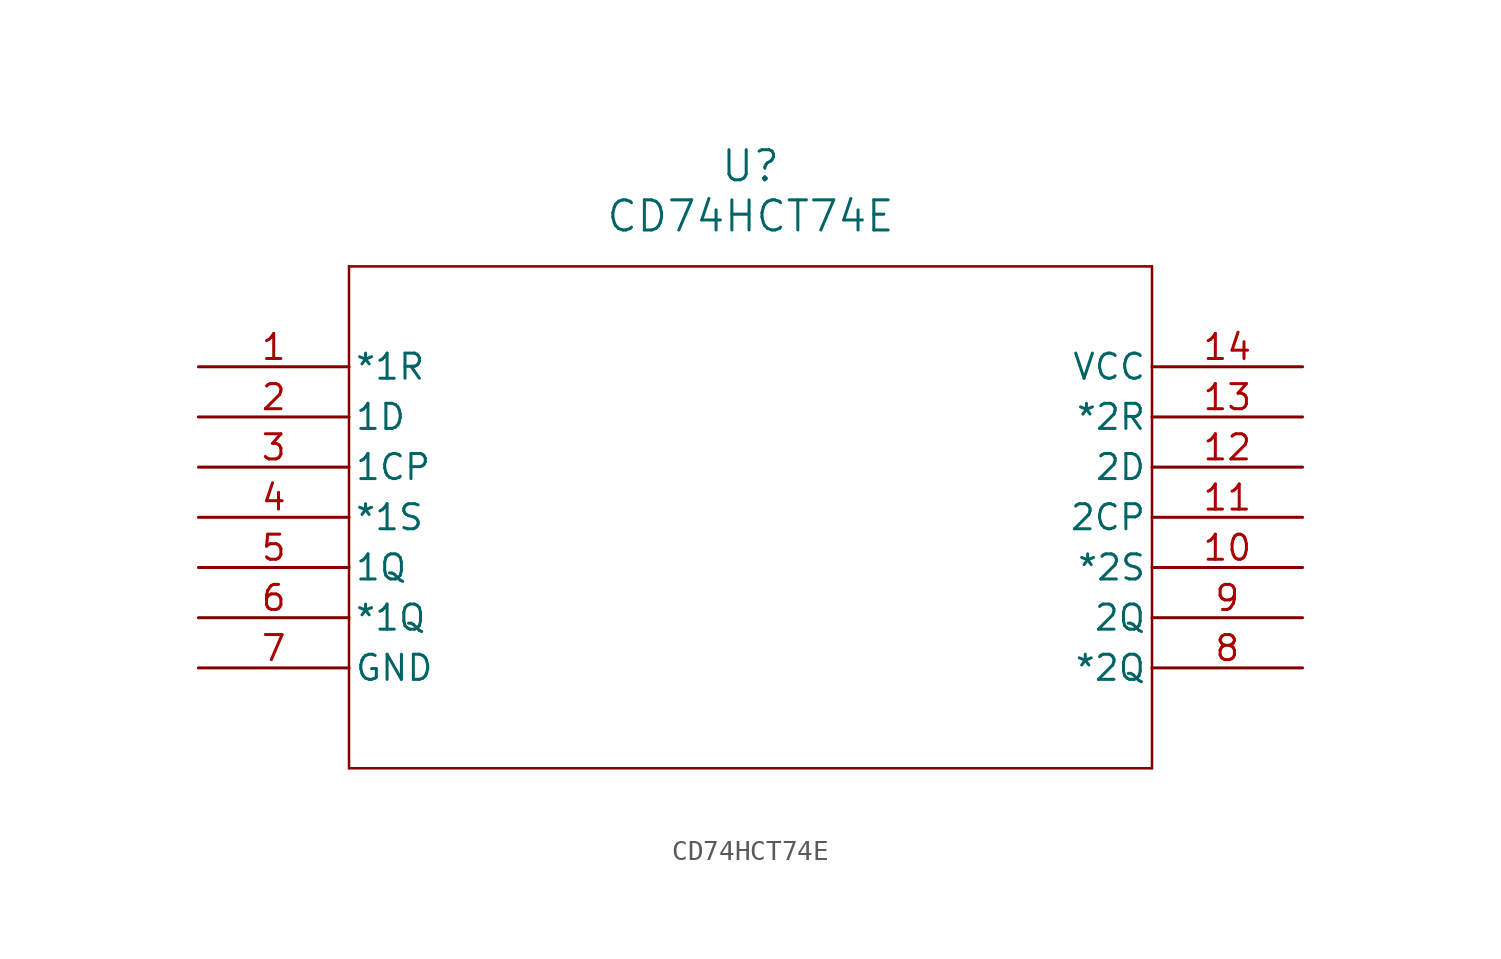
<source format=kicad_sym>
(kicad_symbol_lib
  (version 20211014)
  (generator kicad_symbol_editor)
  (symbol "CD74HCT74E"
    (pin_names
      (offset 0.254))
    (property "Reference" "U"
      (at 27.94 10.16 0)
      (effects (font (size 1.524 1.524))))
    (property "Value" "CD74HCT74E"
      (at 27.94 7.62 0)
      (effects (font (size 1.524 1.524))))
    (symbol "CD74HCT74E_0_1"
      (polyline (pts (xy 7.62 5.08) (xy 7.62 -20.32)) (stroke (width 0.127) (type default) (color 0 0 0 0)) (fill (type none)))
      (polyline (pts (xy 7.62 -20.32) (xy 48.26 -20.32)) (stroke (width 0.127) (type default) (color 0 0 0 0)) (fill (type none)))
      (polyline (pts (xy 48.26 -20.32) (xy 48.26 5.08)) (stroke (width 0.127) (type default) (color 0 0 0 0)) (fill (type none)))
      (polyline (pts (xy 48.26 5.08) (xy 7.62 5.08)) (stroke (width 0.127) (type default) (color 0 0 0 0)) (fill (type none)))
      (pin input line (at 0 0 0) (length 7.62) (name "*1R" (effects (font (size 1.27 1.27)))) (number "1" (effects (font (size 1.27 1.27)))))
      (pin input line (at 0 -2.54 0) (length 7.62) (name "1D" (effects (font (size 1.27 1.27)))) (number "2" (effects (font (size 1.27 1.27)))))
      (pin input line (at 0 -5.08 0) (length 7.62) (name "1CP" (effects (font (size 1.27 1.27)))) (number "3" (effects (font (size 1.27 1.27)))))
      (pin input line (at 0 -7.62 0) (length 7.62) (name "*1S" (effects (font (size 1.27 1.27)))) (number "4" (effects (font (size 1.27 1.27)))))
      (pin output line (at 0 -10.16 0) (length 7.62) (name "1Q" (effects (font (size 1.27 1.27)))) (number "5" (effects (font (size 1.27 1.27)))))
      (pin output line (at 0 -12.7 0) (length 7.62) (name "*1Q" (effects (font (size 1.27 1.27)))) (number "6" (effects (font (size 1.27 1.27)))))
      (pin power_in line (at 0 -15.24 0) (length 7.62) (name "GND" (effects (font (size 1.27 1.27)))) (number "7" (effects (font (size 1.27 1.27)))))
      (pin output line (at 55.88 -15.24 180) (length 7.62) (name "*2Q" (effects (font (size 1.27 1.27)))) (number "8" (effects (font (size 1.27 1.27)))))
      (pin output line (at 55.88 -12.7 180) (length 7.62) (name "2Q" (effects (font (size 1.27 1.27)))) (number "9" (effects (font (size 1.27 1.27)))))
      (pin input line (at 55.88 -10.16 180) (length 7.62) (name "*2S" (effects (font (size 1.27 1.27)))) (number "10" (effects (font (size 1.27 1.27)))))
      (pin input line (at 55.88 -7.62 180) (length 7.62) (name "2CP" (effects (font (size 1.27 1.27)))) (number "11" (effects (font (size 1.27 1.27)))))
      (pin input line (at 55.88 -5.08 180) (length 7.62) (name "2D" (effects (font (size 1.27 1.27)))) (number "12" (effects (font (size 1.27 1.27)))))
      (pin input line (at 55.88 -2.54 180) (length 7.62) (name "*2R" (effects (font (size 1.27 1.27)))) (number "13" (effects (font (size 1.27 1.27)))))
      (pin power_in line (at 55.88 0 180) (length 7.62) (name "VCC" (effects (font (size 1.27 1.27)))) (number "14" (effects (font (size 1.27 1.27))))))))
</source>
